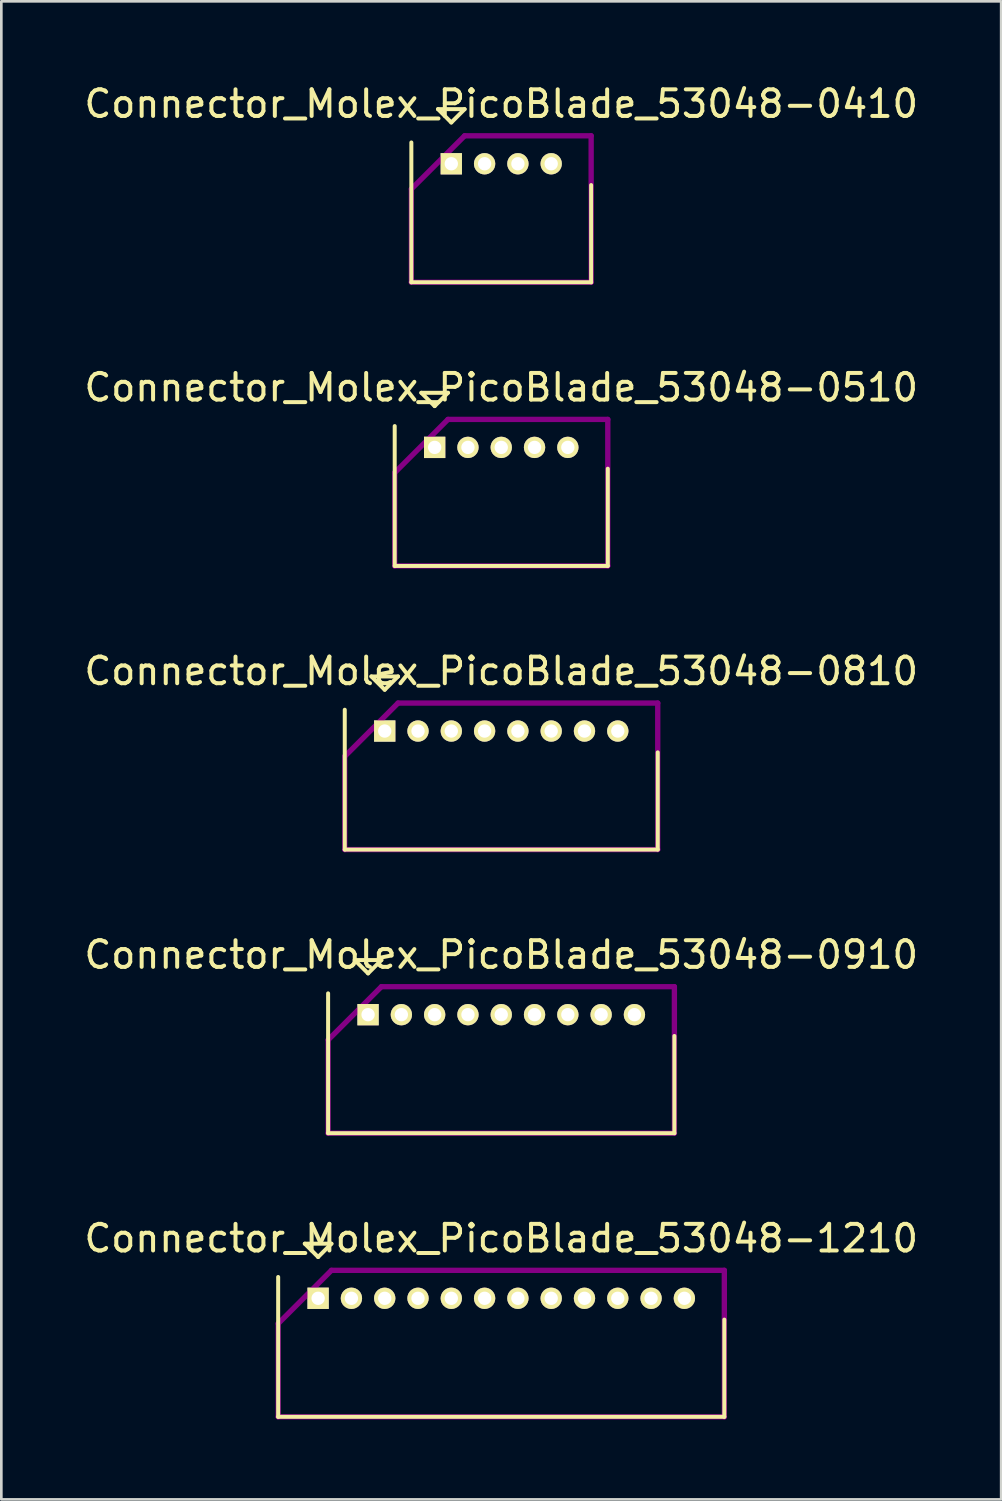
<source format=kicad_pcb>
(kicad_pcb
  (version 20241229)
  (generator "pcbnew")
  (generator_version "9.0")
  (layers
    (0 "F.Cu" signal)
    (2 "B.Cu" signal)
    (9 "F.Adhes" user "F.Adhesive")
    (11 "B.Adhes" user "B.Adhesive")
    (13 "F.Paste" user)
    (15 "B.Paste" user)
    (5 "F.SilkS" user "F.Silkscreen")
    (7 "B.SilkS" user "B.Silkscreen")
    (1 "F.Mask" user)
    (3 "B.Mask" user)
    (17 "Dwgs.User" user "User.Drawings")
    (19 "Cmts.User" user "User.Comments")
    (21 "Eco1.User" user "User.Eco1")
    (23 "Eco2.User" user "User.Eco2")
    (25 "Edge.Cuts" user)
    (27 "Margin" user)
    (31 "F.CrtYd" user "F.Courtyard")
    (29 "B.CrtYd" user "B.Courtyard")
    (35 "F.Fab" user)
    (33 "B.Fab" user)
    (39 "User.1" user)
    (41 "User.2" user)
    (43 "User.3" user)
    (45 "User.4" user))
  (footprint "Connector_Molex_PicoBlade_53048-0910"
    (layer "F.Cu")
    (at 10.768 35.043)
    (property "Reference" "Connector_Molex_PicoBlade_53048-0910" (at 5 -2.25 0) (layer "F.SilkS") (effects (font (size 1 1) (thickness 0.15))))
    (attr through_hole)
    (fp_line (start -1.5 -0.8) (end -1.5 4.45) (stroke (width 0.15) (type solid)) (layer "F.SilkS"))
    (fp_line (start -1.5 4.45) (end 11.5 4.45) (stroke (width 0.15) (type solid)) (layer "F.SilkS"))
    (fp_line (start -0.5 -2.05) (end 0.5 -2.05) (stroke (width 0.15) (type solid)) (layer "F.SilkS"))
    (fp_line (start 0 -1.55) (end -0.5 -2.05) (stroke (width 0.15) (type solid)) (layer "F.SilkS"))
    (fp_line (start 0.5 -2.05) (end 0 -1.55) (stroke (width 0.15) (type solid)) (layer "F.SilkS"))
    (fp_line (start 11.5 4.45) (end 11.5 0.8) (stroke (width 0.15) (type solid)) (layer "F.SilkS"))
    (fp_line (start -1.5 0.95) (end -1.5 4.45) (stroke (width 0.2) (type solid)) (layer "F.Adhes"))
    (fp_line (start -1.5 4.45) (end 11.5 4.45) (stroke (width 0.2) (type solid)) (layer "F.Adhes"))
    (fp_line (start 0.5 -1.05) (end -1.5 0.95) (stroke (width 0.2) (type solid)) (layer "F.Adhes"))
    (fp_line (start 11.5 -1.05) (end 0.5 -1.05) (stroke (width 0.2) (type solid)) (layer "F.Adhes"))
    (fp_line (start 11.5 4.45) (end 11.5 -1.05) (stroke (width 0.2) (type solid)) (layer "F.Adhes"))
    (pad "1" thru_hole rect (at 0 0) (size 0.8 0.8) (drill 0.5) (layers "*.Cu" "*.Mask" "F.SilkS"))
    (pad "2" thru_hole oval (at 1.25 0) (size 0.8 0.8) (drill 0.5) (layers "*.Cu" "*.Mask" "F.SilkS"))
    (pad "3" thru_hole oval (at 2.5 0) (size 0.8 0.8) (drill 0.5) (layers "*.Cu" "*.Mask" "F.SilkS"))
    (pad "4" thru_hole oval (at 3.75 0) (size 0.8 0.8) (drill 0.5) (layers "*.Cu" "*.Mask" "F.SilkS"))
    (pad "5" thru_hole oval (at 5 0) (size 0.8 0.8) (drill 0.5) (layers "*.Cu" "*.Mask" "F.SilkS"))
    (pad "6" thru_hole oval (at 6.25 0) (size 0.8 0.8) (drill 0.5) (layers "*.Cu" "*.Mask" "F.SilkS"))
    (pad "7" thru_hole oval (at 7.5 0) (size 0.8 0.8) (drill 0.5) (layers "*.Cu" "*.Mask" "F.SilkS"))
    (pad "8" thru_hole oval (at 8.75 0) (size 0.8 0.8) (drill 0.5) (layers "*.Cu" "*.Mask" "F.SilkS"))
    (pad "9" thru_hole oval (at 10 0) (size 0.8 0.8) (drill 0.5) (layers "*.Cu" "*.Mask" "F.SilkS")))
  (footprint "Connector_Molex_PicoBlade_53048-0810"
    (layer "F.Cu")
    (at 11.393 24.395)
    (property "Reference" "Connector_Molex_PicoBlade_53048-0810" (at 4.375 -2.25 0) (layer "F.SilkS") (effects (font (size 1 1) (thickness 0.15))))
    (attr through_hole)
    (fp_line (start -1.5 -0.8) (end -1.5 4.45) (stroke (width 0.15) (type solid)) (layer "F.SilkS"))
    (fp_line (start -1.5 4.45) (end 10.25 4.45) (stroke (width 0.15) (type solid)) (layer "F.SilkS"))
    (fp_line (start -0.5 -2.05) (end 0.5 -2.05) (stroke (width 0.15) (type solid)) (layer "F.SilkS"))
    (fp_line (start 0 -1.55) (end -0.5 -2.05) (stroke (width 0.15) (type solid)) (layer "F.SilkS"))
    (fp_line (start 0.5 -2.05) (end 0 -1.55) (stroke (width 0.15) (type solid)) (layer "F.SilkS"))
    (fp_line (start 10.25 4.45) (end 10.25 0.8) (stroke (width 0.15) (type solid)) (layer "F.SilkS"))
    (fp_line (start -1.5 0.95) (end -1.5 4.45) (stroke (width 0.2) (type solid)) (layer "F.Adhes"))
    (fp_line (start -1.5 4.45) (end 10.25 4.45) (stroke (width 0.2) (type solid)) (layer "F.Adhes"))
    (fp_line (start 0.5 -1.05) (end -1.5 0.95) (stroke (width 0.2) (type solid)) (layer "F.Adhes"))
    (fp_line (start 10.25 -1.05) (end 0.5 -1.05) (stroke (width 0.2) (type solid)) (layer "F.Adhes"))
    (fp_line (start 10.25 4.45) (end 10.25 -1.05) (stroke (width 0.2) (type solid)) (layer "F.Adhes"))
    (pad "1" thru_hole rect (at 0 0) (size 0.8 0.8) (drill 0.5) (layers "*.Cu" "*.Mask" "F.SilkS"))
    (pad "2" thru_hole oval (at 1.25 0) (size 0.8 0.8) (drill 0.5) (layers "*.Cu" "*.Mask" "F.SilkS"))
    (pad "3" thru_hole oval (at 2.5 0) (size 0.8 0.8) (drill 0.5) (layers "*.Cu" "*.Mask" "F.SilkS"))
    (pad "4" thru_hole oval (at 3.75 0) (size 0.8 0.8) (drill 0.5) (layers "*.Cu" "*.Mask" "F.SilkS"))
    (pad "5" thru_hole oval (at 5 0) (size 0.8 0.8) (drill 0.5) (layers "*.Cu" "*.Mask" "F.SilkS"))
    (pad "6" thru_hole oval (at 6.25 0) (size 0.8 0.8) (drill 0.5) (layers "*.Cu" "*.Mask" "F.SilkS"))
    (pad "7" thru_hole oval (at 7.5 0) (size 0.8 0.8) (drill 0.5) (layers "*.Cu" "*.Mask" "F.SilkS"))
    (pad "8" thru_hole oval (at 8.75 0) (size 0.8 0.8) (drill 0.5) (layers "*.Cu" "*.Mask" "F.SilkS")))
  (footprint "Connector_Molex_PicoBlade_53048-0510"
    (layer "F.Cu")
    (at 13.268 13.746)
    (property "Reference" "Connector_Molex_PicoBlade_53048-0510" (at 2.5 -2.25 0) (layer "F.SilkS") (effects (font (size 1 1) (thickness 0.15))))
    (attr through_hole)
    (fp_line (start -1.5 -0.8) (end -1.5 4.45) (stroke (width 0.15) (type solid)) (layer "F.SilkS"))
    (fp_line (start -1.5 4.45) (end 6.5 4.45) (stroke (width 0.15) (type solid)) (layer "F.SilkS"))
    (fp_line (start -0.5 -2.05) (end 0.5 -2.05) (stroke (width 0.15) (type solid)) (layer "F.SilkS"))
    (fp_line (start 0 -1.55) (end -0.5 -2.05) (stroke (width 0.15) (type solid)) (layer "F.SilkS"))
    (fp_line (start 0.5 -2.05) (end 0 -1.55) (stroke (width 0.15) (type solid)) (layer "F.SilkS"))
    (fp_line (start 6.5 4.45) (end 6.5 0.8) (stroke (width 0.15) (type solid)) (layer "F.SilkS"))
    (fp_line (start -1.5 0.95) (end -1.5 4.45) (stroke (width 0.2) (type solid)) (layer "F.Adhes"))
    (fp_line (start -1.5 4.45) (end 6.5 4.45) (stroke (width 0.2) (type solid)) (layer "F.Adhes"))
    (fp_line (start 0.5 -1.05) (end -1.5 0.95) (stroke (width 0.2) (type solid)) (layer "F.Adhes"))
    (fp_line (start 6.5 -1.05) (end 0.5 -1.05) (stroke (width 0.2) (type solid)) (layer "F.Adhes"))
    (fp_line (start 6.5 4.45) (end 6.5 -1.05) (stroke (width 0.2) (type solid)) (layer "F.Adhes"))
    (pad "1" thru_hole rect (at 0 0) (size 0.8 0.8) (drill 0.5) (layers "*.Cu" "*.Mask" "F.SilkS"))
    (pad "2" thru_hole oval (at 1.25 0) (size 0.8 0.8) (drill 0.5) (layers "*.Cu" "*.Mask" "F.SilkS"))
    (pad "3" thru_hole oval (at 2.5 0) (size 0.8 0.8) (drill 0.5) (layers "*.Cu" "*.Mask" "F.SilkS"))
    (pad "4" thru_hole oval (at 3.75 0) (size 0.8 0.8) (drill 0.5) (layers "*.Cu" "*.Mask" "F.SilkS"))
    (pad "5" thru_hole oval (at 5 0) (size 0.8 0.8) (drill 0.5) (layers "*.Cu" "*.Mask" "F.SilkS")))
  (footprint "Connector_Molex_PicoBlade_53048-0410"
    (layer "F.Cu")
    (at 13.893 3.098)
    (property "Reference" "Connector_Molex_PicoBlade_53048-0410" (at 1.875 -2.25 0) (layer "F.SilkS") (effects (font (size 1 1) (thickness 0.15))))
    (attr through_hole)
    (fp_line (start -1.5 -0.8) (end -1.5 4.45) (stroke (width 0.15) (type solid)) (layer "F.SilkS"))
    (fp_line (start -1.5 4.45) (end 5.25 4.45) (stroke (width 0.15) (type solid)) (layer "F.SilkS"))
    (fp_line (start -0.5 -2.05) (end 0.5 -2.05) (stroke (width 0.15) (type solid)) (layer "F.SilkS"))
    (fp_line (start 0 -1.55) (end -0.5 -2.05) (stroke (width 0.15) (type solid)) (layer "F.SilkS"))
    (fp_line (start 0.5 -2.05) (end 0 -1.55) (stroke (width 0.15) (type solid)) (layer "F.SilkS"))
    (fp_line (start 5.25 4.45) (end 5.25 0.8) (stroke (width 0.15) (type solid)) (layer "F.SilkS"))
    (fp_line (start -1.5 0.95) (end -1.5 4.45) (stroke (width 0.2) (type solid)) (layer "F.Adhes"))
    (fp_line (start -1.5 4.45) (end 5.25 4.45) (stroke (width 0.2) (type solid)) (layer "F.Adhes"))
    (fp_line (start 0.5 -1.05) (end -1.5 0.95) (stroke (width 0.2) (type solid)) (layer "F.Adhes"))
    (fp_line (start 5.25 -1.05) (end 0.5 -1.05) (stroke (width 0.2) (type solid)) (layer "F.Adhes"))
    (fp_line (start 5.25 4.45) (end 5.25 -1.05) (stroke (width 0.2) (type solid)) (layer "F.Adhes"))
    (pad "1" thru_hole rect (at 0 0) (size 0.8 0.8) (drill 0.5) (layers "*.Cu" "*.Mask" "F.SilkS"))
    (pad "2" thru_hole oval (at 1.25 0) (size 0.8 0.8) (drill 0.5) (layers "*.Cu" "*.Mask" "F.SilkS"))
    (pad "3" thru_hole oval (at 2.5 0) (size 0.8 0.8) (drill 0.5) (layers "*.Cu" "*.Mask" "F.SilkS"))
    (pad "4" thru_hole oval (at 3.75 0) (size 0.8 0.8) (drill 0.5) (layers "*.Cu" "*.Mask" "F.SilkS")))
  (footprint "Connector_Molex_PicoBlade_53048-1210"
    (layer "F.Cu")
    (at 8.893 45.691)
    (property "Reference" "Connector_Molex_PicoBlade_53048-1210" (at 6.875 -2.25 0) (layer "F.SilkS") (effects (font (size 1 1) (thickness 0.15))))
    (attr through_hole)
    (fp_line (start -1.5 -0.8) (end -1.5 4.45) (stroke (width 0.15) (type solid)) (layer "F.SilkS"))
    (fp_line (start -1.5 4.45) (end 15.25 4.45) (stroke (width 0.15) (type solid)) (layer "F.SilkS"))
    (fp_line (start -0.5 -2.05) (end 0.5 -2.05) (stroke (width 0.15) (type solid)) (layer "F.SilkS"))
    (fp_line (start 0 -1.55) (end -0.5 -2.05) (stroke (width 0.15) (type solid)) (layer "F.SilkS"))
    (fp_line (start 0.5 -2.05) (end 0 -1.55) (stroke (width 0.15) (type solid)) (layer "F.SilkS"))
    (fp_line (start 15.25 4.45) (end 15.25 0.8) (stroke (width 0.15) (type solid)) (layer "F.SilkS"))
    (fp_line (start -1.5 0.95) (end -1.5 4.45) (stroke (width 0.2) (type solid)) (layer "F.Adhes"))
    (fp_line (start -1.5 4.45) (end 15.25 4.45) (stroke (width 0.2) (type solid)) (layer "F.Adhes"))
    (fp_line (start 0.5 -1.05) (end -1.5 0.95) (stroke (width 0.2) (type solid)) (layer "F.Adhes"))
    (fp_line (start 15.25 -1.05) (end 0.5 -1.05) (stroke (width 0.2) (type solid)) (layer "F.Adhes"))
    (fp_line (start 15.25 4.45) (end 15.25 -1.05) (stroke (width 0.2) (type solid)) (layer "F.Adhes"))
    (pad "1" thru_hole rect (at 0 0) (size 0.8 0.8) (drill 0.5) (layers "*.Cu" "*.Mask" "F.SilkS"))
    (pad "2" thru_hole oval (at 1.25 0) (size 0.8 0.8) (drill 0.5) (layers "*.Cu" "*.Mask" "F.SilkS"))
    (pad "3" thru_hole oval (at 2.5 0) (size 0.8 0.8) (drill 0.5) (layers "*.Cu" "*.Mask" "F.SilkS"))
    (pad "4" thru_hole oval (at 3.75 0) (size 0.8 0.8) (drill 0.5) (layers "*.Cu" "*.Mask" "F.SilkS"))
    (pad "5" thru_hole oval (at 5 0) (size 0.8 0.8) (drill 0.5) (layers "*.Cu" "*.Mask" "F.SilkS"))
    (pad "6" thru_hole oval (at 6.25 0) (size 0.8 0.8) (drill 0.5) (layers "*.Cu" "*.Mask" "F.SilkS"))
    (pad "7" thru_hole oval (at 7.5 0) (size 0.8 0.8) (drill 0.5) (layers "*.Cu" "*.Mask" "F.SilkS"))
    (pad "8" thru_hole oval (at 8.75 0) (size 0.8 0.8) (drill 0.5) (layers "*.Cu" "*.Mask" "F.SilkS"))
    (pad "9" thru_hole oval (at 10 0) (size 0.8 0.8) (drill 0.5) (layers "*.Cu" "*.Mask" "F.SilkS"))
    (pad "10" thru_hole oval (at 11.25 0) (size 0.8 0.8) (drill 0.5) (layers "*.Cu" "*.Mask" "F.SilkS"))
    (pad "11" thru_hole oval (at 12.5 0) (size 0.8 0.8) (drill 0.5) (layers "*.Cu" "*.Mask" "F.SilkS"))
    (pad "12" thru_hole oval (at 13.75 0) (size 0.8 0.8) (drill 0.5) (layers "*.Cu" "*.Mask" "F.SilkS")))
  (gr_rect
    (start -3 -3)
    (end 34.536 53.241)
    (stroke (width 0.1) (type default))
    (fill no)
    (layer "Edge.Cuts")))
</source>
